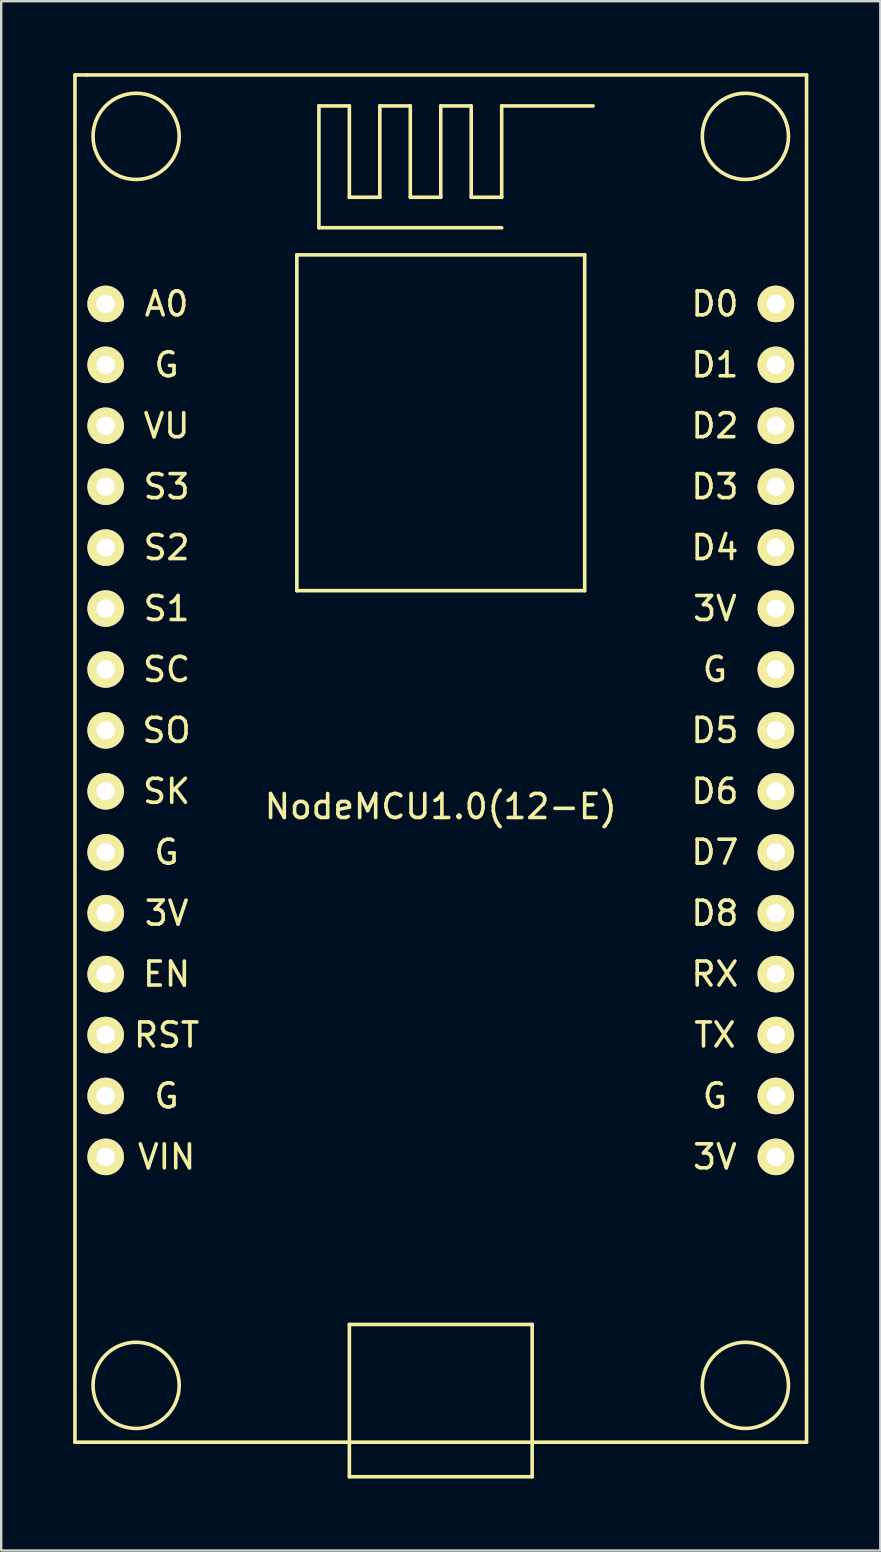
<source format=kicad_pcb>
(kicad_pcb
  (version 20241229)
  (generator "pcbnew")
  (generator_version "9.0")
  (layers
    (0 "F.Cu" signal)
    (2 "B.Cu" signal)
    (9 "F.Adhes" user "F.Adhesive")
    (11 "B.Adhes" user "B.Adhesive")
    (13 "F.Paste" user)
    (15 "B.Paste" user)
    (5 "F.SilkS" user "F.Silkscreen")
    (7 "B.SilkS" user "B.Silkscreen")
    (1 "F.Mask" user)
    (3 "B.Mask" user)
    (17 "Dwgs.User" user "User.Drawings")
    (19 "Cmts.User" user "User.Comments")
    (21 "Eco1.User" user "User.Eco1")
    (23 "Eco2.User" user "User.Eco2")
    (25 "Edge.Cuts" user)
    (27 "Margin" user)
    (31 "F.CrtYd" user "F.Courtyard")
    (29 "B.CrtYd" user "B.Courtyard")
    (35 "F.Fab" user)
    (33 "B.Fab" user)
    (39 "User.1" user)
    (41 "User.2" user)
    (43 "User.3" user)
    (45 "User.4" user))
  (footprint "NodeMCU1.0(12-E)"
    (layer "F.Cu")
    (at 15.325 30.575)
    (property "Reference" "NodeMCU1.0(12-E)" (at 0 0 0) (layer "F.SilkS") (effects (font (size 1 1) (thickness 0.15))))
    (attr through_hole)
    (fp_line (start -15.25 -30.5) (end -15.25 26.5) (stroke (width 0.15) (type solid)) (layer "F.SilkS"))
    (fp_line (start -15.25 26.5) (end 15.25 26.5) (stroke (width 0.15) (type solid)) (layer "F.SilkS"))
    (fp_line (start -14.75 -30.5) (end -15.25 -30.5) (stroke (width 0.15) (type solid)) (layer "F.SilkS"))
    (fp_line (start -6 -23) (end 6 -23) (stroke (width 0.15) (type solid)) (layer "F.SilkS"))
    (fp_line (start -6 -9) (end -6 -23) (stroke (width 0.15) (type solid)) (layer "F.SilkS"))
    (fp_line (start -5.08 -29.21) (end -3.81 -29.21) (stroke (width 0.15) (type solid)) (layer "F.SilkS"))
    (fp_line (start -5.08 -24.13) (end -5.08 -29.21) (stroke (width 0.15) (type solid)) (layer "F.SilkS"))
    (fp_line (start -3.81 -29.21) (end -3.81 -25.4) (stroke (width 0.15) (type solid)) (layer "F.SilkS"))
    (fp_line (start -3.81 -25.4) (end -2.54 -25.4) (stroke (width 0.15) (type solid)) (layer "F.SilkS"))
    (fp_line (start -3.81 21.59) (end -3.81 27.94) (stroke (width 0.15) (type solid)) (layer "F.SilkS"))
    (fp_line (start -3.81 27.94) (end 3.81 27.94) (stroke (width 0.15) (type solid)) (layer "F.SilkS"))
    (fp_line (start -2.54 -29.21) (end -1.27 -29.21) (stroke (width 0.15) (type solid)) (layer "F.SilkS"))
    (fp_line (start -2.54 -25.4) (end -2.54 -29.21) (stroke (width 0.15) (type solid)) (layer "F.SilkS"))
    (fp_line (start -1.27 -29.21) (end -1.27 -25.4) (stroke (width 0.15) (type solid)) (layer "F.SilkS"))
    (fp_line (start -1.27 -25.4) (end 0 -25.4) (stroke (width 0.15) (type solid)) (layer "F.SilkS"))
    (fp_line (start 0 -29.21) (end 1.27 -29.21) (stroke (width 0.15) (type solid)) (layer "F.SilkS"))
    (fp_line (start 0 -25.4) (end 0 -29.21) (stroke (width 0.15) (type solid)) (layer "F.SilkS"))
    (fp_line (start 1.27 -29.21) (end 1.27 -25.4) (stroke (width 0.15) (type solid)) (layer "F.SilkS"))
    (fp_line (start 1.27 -25.4) (end 2.54 -25.4) (stroke (width 0.15) (type solid)) (layer "F.SilkS"))
    (fp_line (start 2.54 -29.21) (end 6.35 -29.21) (stroke (width 0.15) (type solid)) (layer "F.SilkS"))
    (fp_line (start 2.54 -25.4) (end 2.54 -29.21) (stroke (width 0.15) (type solid)) (layer "F.SilkS"))
    (fp_line (start 2.54 -24.13) (end -5.08 -24.13) (stroke (width 0.15) (type solid)) (layer "F.SilkS"))
    (fp_line (start 3.81 21.59) (end -3.81 21.59) (stroke (width 0.15) (type solid)) (layer "F.SilkS"))
    (fp_line (start 3.81 27.94) (end 3.81 21.59) (stroke (width 0.15) (type solid)) (layer "F.SilkS"))
    (fp_line (start 6 -23) (end 6 -9) (stroke (width 0.15) (type solid)) (layer "F.SilkS"))
    (fp_line (start 6 -9) (end -6 -9) (stroke (width 0.15) (type solid)) (layer "F.SilkS"))
    (fp_line (start 15.25 -30.5) (end -14.75 -30.5) (stroke (width 0.15) (type solid)) (layer "F.SilkS"))
    (fp_line (start 15.25 26.5) (end 15.25 -30.5) (stroke (width 0.15) (type solid)) (layer "F.SilkS"))
    (fp_circle (center -12.7 -27.94) (end -11.43 -29.21) (stroke (width 0.15) (type solid)) (fill no) (layer "F.SilkS"))
    (fp_circle (center -12.7 24.13) (end -11.43 22.86) (stroke (width 0.15) (type solid)) (fill no) (layer "F.SilkS"))
    (fp_circle (center 12.7 -27.94) (end 13.97 -29.21) (stroke (width 0.15) (type solid)) (fill no) (layer "F.SilkS"))
    (fp_circle (center 12.7 24.13) (end 13.97 22.86) (stroke (width 0.15) (type solid)) (fill no) (layer "F.SilkS"))
    (fp_text user "G" (at -11.43 -18.415 0) (layer "F.SilkS") (effects (font (size 1 1) (thickness 0.15))))
    (fp_text user "D0" (at 11.43 -20.955 0) (layer "F.SilkS") (effects (font (size 1 1) (thickness 0.15))))
    (fp_text user "TX" (at 11.43 9.525 0) (layer "F.SilkS") (effects (font (size 1 1) (thickness 0.15))))
    (fp_text user "D7" (at 11.43 1.905 0) (layer "F.SilkS") (effects (font (size 1 1) (thickness 0.15))))
    (fp_text user "S3" (at -11.43 -13.335 0) (layer "F.SilkS") (effects (font (size 1 1) (thickness 0.15))))
    (fp_text user "G" (at -11.43 12.065 0) (layer "F.SilkS") (effects (font (size 1 1) (thickness 0.15))))
    (fp_text user "RX" (at 11.43 6.985 0) (layer "F.SilkS") (effects (font (size 1 1) (thickness 0.15))))
    (fp_text user "3V" (at 11.43 14.605 0) (layer "F.SilkS") (effects (font (size 1 1) (thickness 0.15))))
    (fp_text user "SK" (at -11.43 -0.635 0) (layer "F.SilkS") (effects (font (size 1 1) (thickness 0.15))))
    (fp_text user "G" (at -11.43 1.905 0) (layer "F.SilkS") (effects (font (size 1 1) (thickness 0.15))))
    (fp_text user "A0" (at -11.43 -20.955 0) (layer "F.SilkS") (effects (font (size 1 1) (thickness 0.15))))
    (fp_text user "RST" (at -11.43 9.525 0) (layer "F.SilkS") (effects (font (size 1 1) (thickness 0.15))))
    (fp_text user "D6" (at 11.43 -0.635 0) (layer "F.SilkS") (effects (font (size 1 1) (thickness 0.15))))
    (fp_text user "EN" (at -11.43 6.985 0) (layer "F.SilkS") (effects (font (size 1 1) (thickness 0.15))))
    (fp_text user "D5" (at 11.43 -3.175 0) (layer "F.SilkS") (effects (font (size 1 1) (thickness 0.15))))
    (fp_text user "S1" (at -11.43 -8.255 0) (layer "F.SilkS") (effects (font (size 1 1) (thickness 0.15))))
    (fp_text user "SO" (at -11.43 -3.175 0) (layer "F.SilkS") (effects (font (size 1 1) (thickness 0.15))))
    (fp_text user "VU" (at -11.43 -15.875 0) (layer "F.SilkS") (effects (font (size 1 1) (thickness 0.15))))
    (fp_text user "G" (at 11.43 12.065 0) (layer "F.SilkS") (effects (font (size 1 1) (thickness 0.15))))
    (fp_text user "D3" (at 11.43 -13.335 0) (layer "F.SilkS") (effects (font (size 1 1) (thickness 0.15))))
    (fp_text user "3V" (at -11.43 4.445 0) (layer "F.SilkS") (effects (font (size 1 1) (thickness 0.15))))
    (fp_text user "G" (at 11.43 -5.715 0) (layer "F.SilkS") (effects (font (size 1 1) (thickness 0.15))))
    (fp_text user "SC" (at -11.43 -5.715 0) (layer "F.SilkS") (effects (font (size 1 1) (thickness 0.15))))
    (fp_text user "VIN" (at -11.43 14.605 0) (layer "F.SilkS") (effects (font (size 1 1) (thickness 0.15))))
    (fp_text user "D2" (at 11.43 -15.875 0) (layer "F.SilkS") (effects (font (size 1 1) (thickness 0.15))))
    (fp_text user "3V" (at 11.43 -8.255 0) (layer "F.SilkS") (effects (font (size 1 1) (thickness 0.15))))
    (fp_text user "S2" (at -11.43 -10.795 0) (layer "F.SilkS") (effects (font (size 1 1) (thickness 0.15))))
    (fp_text user "D8" (at 11.43 4.445 0) (layer "F.SilkS") (effects (font (size 1 1) (thickness 0.15))))
    (fp_text user "D4" (at 11.43 -10.795 0) (layer "F.SilkS") (effects (font (size 1 1) (thickness 0.15))))
    (fp_text user "D1" (at 11.43 -18.415 0) (layer "F.SilkS") (effects (font (size 1 1) (thickness 0.15))))
    (pad "1" thru_hole circle (at -13.97 -20.955) (size 1.524 1.524) (drill 0.762) (layers "*.Cu" "*.Mask" "F.SilkS"))
    (pad "2" thru_hole circle (at -13.97 -18.415) (size 1.524 1.524) (drill 0.762) (layers "*.Cu" "*.Mask" "F.SilkS"))
    (pad "3" thru_hole circle (at -13.97 -15.875) (size 1.524 1.524) (drill 0.762) (layers "*.Cu" "*.Mask" "F.SilkS"))
    (pad "4" thru_hole circle (at -13.97 -13.335) (size 1.524 1.524) (drill 0.762) (layers "*.Cu" "*.Mask" "F.SilkS"))
    (pad "5" thru_hole circle (at -13.97 -10.795) (size 1.524 1.524) (drill 0.762) (layers "*.Cu" "*.Mask" "F.SilkS"))
    (pad "6" thru_hole circle (at -13.97 -8.255) (size 1.524 1.524) (drill 0.762) (layers "*.Cu" "*.Mask" "F.SilkS"))
    (pad "7" thru_hole circle (at -13.97 -5.715) (size 1.524 1.524) (drill 0.762) (layers "*.Cu" "*.Mask" "F.SilkS"))
    (pad "8" thru_hole circle (at -13.97 -3.175) (size 1.524 1.524) (drill 0.762) (layers "*.Cu" "*.Mask" "F.SilkS"))
    (pad "9" thru_hole circle (at -13.97 -0.635) (size 1.524 1.524) (drill 0.762) (layers "*.Cu" "*.Mask" "F.SilkS"))
    (pad "10" thru_hole circle (at -13.97 1.905) (size 1.524 1.524) (drill 0.762) (layers "*.Cu" "*.Mask" "F.SilkS"))
    (pad "11" thru_hole circle (at -13.97 4.445) (size 1.524 1.524) (drill 0.762) (layers "*.Cu" "*.Mask" "F.SilkS"))
    (pad "12" thru_hole circle (at -13.97 6.985) (size 1.524 1.524) (drill 0.762) (layers "*.Cu" "*.Mask" "F.SilkS"))
    (pad "13" thru_hole circle (at -13.97 9.525) (size 1.524 1.524) (drill 0.762) (layers "*.Cu" "*.Mask" "F.SilkS"))
    (pad "14" thru_hole circle (at -13.97 12.065) (size 1.524 1.524) (drill 0.762) (layers "*.Cu" "*.Mask" "F.SilkS"))
    (pad "15" thru_hole circle (at -13.97 14.605) (size 1.524 1.524) (drill 0.762) (layers "*.Cu" "*.Mask" "F.SilkS"))
    (pad "16" thru_hole circle (at 13.97 14.605) (size 1.524 1.524) (drill 0.762) (layers "*.Cu" "*.Mask" "F.SilkS"))
    (pad "17" thru_hole circle (at 13.97 12.065) (size 1.524 1.524) (drill 0.762) (layers "*.Cu" "*.Mask" "F.SilkS"))
    (pad "18" thru_hole circle (at 13.97 9.525) (size 1.524 1.524) (drill 0.762) (layers "*.Cu" "*.Mask" "F.SilkS"))
    (pad "19" thru_hole circle (at 13.97 6.985) (size 1.524 1.524) (drill 0.762) (layers "*.Cu" "*.Mask" "F.SilkS"))
    (pad "20" thru_hole circle (at 13.97 4.445) (size 1.524 1.524) (drill 0.762) (layers "*.Cu" "*.Mask" "F.SilkS"))
    (pad "21" thru_hole circle (at 13.97 1.905) (size 1.524 1.524) (drill 0.762) (layers "*.Cu" "*.Mask" "F.SilkS"))
    (pad "22" thru_hole circle (at 13.97 -0.635) (size 1.524 1.524) (drill 0.762) (layers "*.Cu" "*.Mask" "F.SilkS"))
    (pad "23" thru_hole circle (at 13.97 -3.175) (size 1.524 1.524) (drill 0.762) (layers "*.Cu" "*.Mask" "F.SilkS"))
    (pad "24" thru_hole circle (at 13.97 -5.715) (size 1.524 1.524) (drill 0.762) (layers "*.Cu" "*.Mask" "F.SilkS"))
    (pad "25" thru_hole circle (at 13.97 -8.255) (size 1.524 1.524) (drill 0.762) (layers "*.Cu" "*.Mask" "F.SilkS"))
    (pad "26" thru_hole circle (at 13.97 -10.795) (size 1.524 1.524) (drill 0.762) (layers "*.Cu" "*.Mask" "F.SilkS"))
    (pad "27" thru_hole circle (at 13.97 -13.335) (size 1.524 1.524) (drill 0.762) (layers "*.Cu" "*.Mask" "F.SilkS"))
    (pad "28" thru_hole circle (at 13.97 -15.875) (size 1.524 1.524) (drill 0.762) (layers "*.Cu" "*.Mask" "F.SilkS"))
    (pad "29" thru_hole circle (at 13.97 -18.415) (size 1.524 1.524) (drill 0.762) (layers "*.Cu" "*.Mask" "F.SilkS"))
    (pad "30" thru_hole circle (at 13.97 -20.955) (size 1.524 1.524) (drill 0.762) (layers "*.Cu" "*.Mask" "F.SilkS")))
  (gr_rect
    (start -3 -3)
    (end 33.65 61.59)
    (stroke (width 0.1) (type default))
    (fill no)
    (layer "Edge.Cuts")))
</source>
